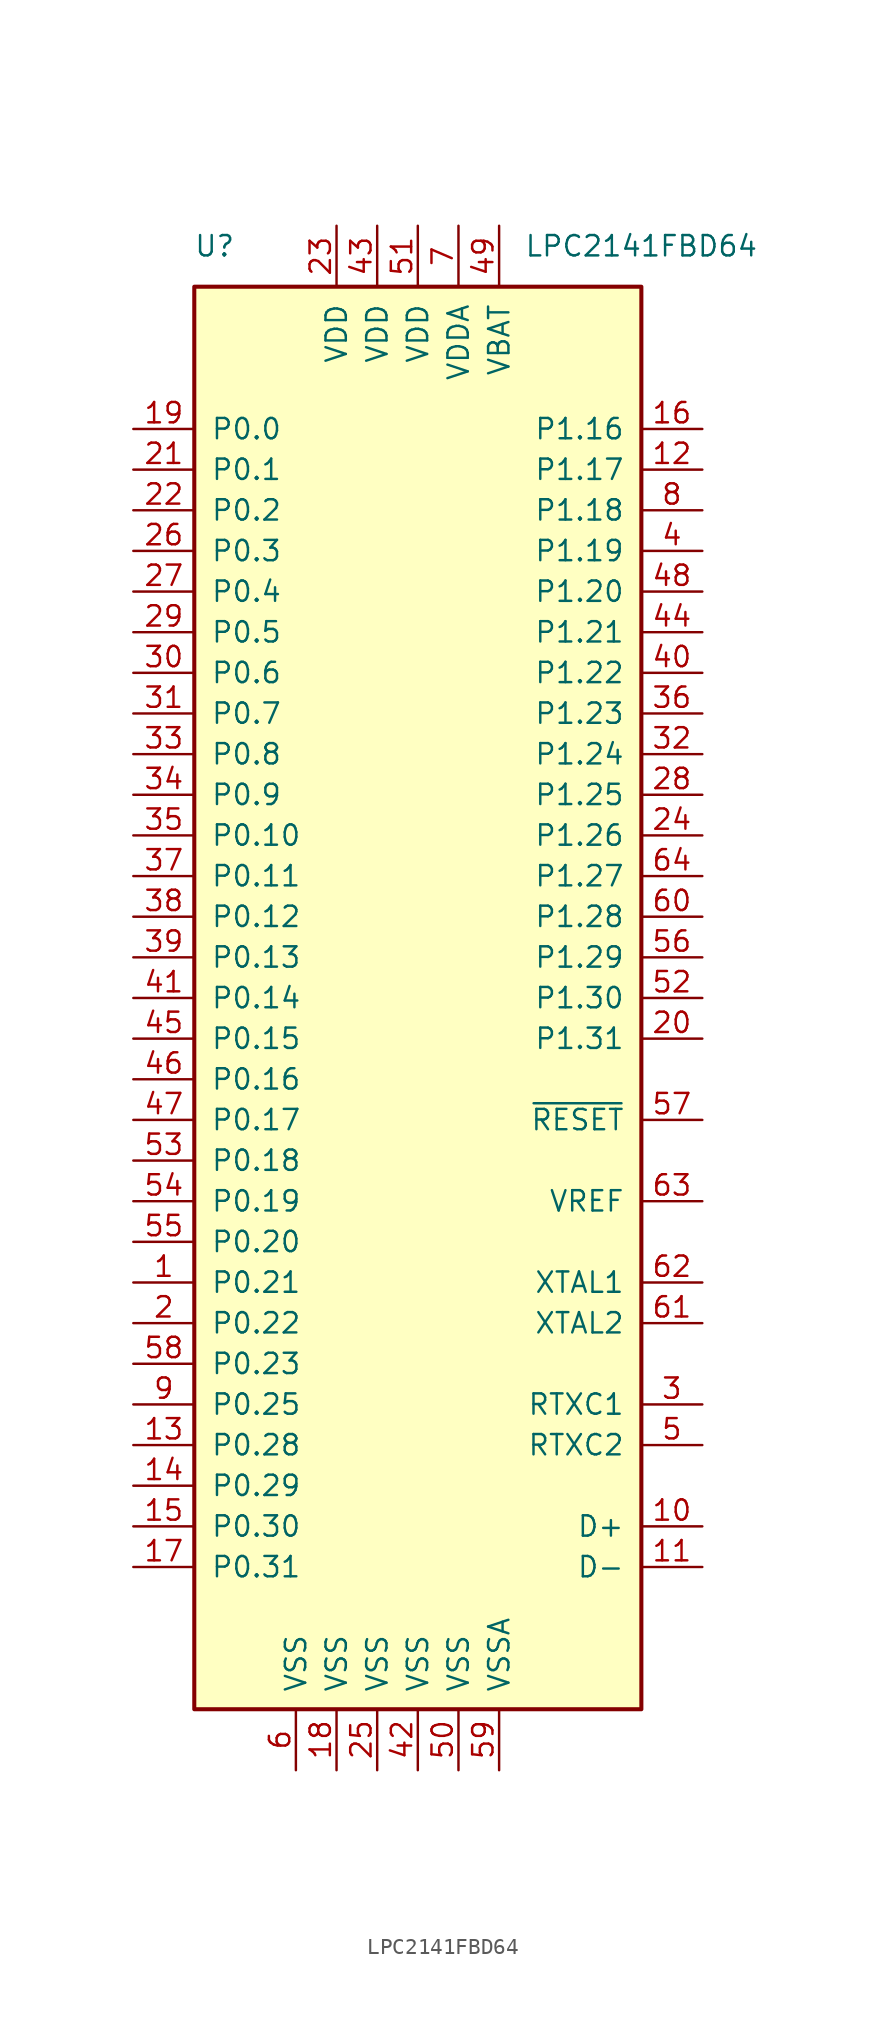
<source format=kicad_sym>
(kicad_symbol_lib
  (version 20201005)
  (generator kicad_symbol_editor)
  (symbol "LPC2141FBD64"
    (pin_names
      (offset 1.016))
    (property "Reference" "U"
      (at -12.7 46.99 0)
      (effects (font (size 1.27 1.27))))
    (property "Value" "LPC2141FBD64"
      (at 13.97 46.99 0)
      (effects (font (size 1.27 1.27))))
    (symbol "LPC2141FBD64_0_1"
      (rectangle (start 13.97 44.45) (end -13.97 -44.45) (stroke (width 0.254)) (fill (type background))))
    (symbol "LPC2141FBD64_1_1"
      (pin bidirectional line (at -17.78 -17.78 0) (length 3.81) (name "P0.21" (effects (font (size 1.27 1.27)))) (number "1" (effects (font (size 1.27 1.27)))))
      (pin bidirectional line (at 17.78 -33.02 180) (length 3.81) (name "D+" (effects (font (size 1.27 1.27)))) (number "10" (effects (font (size 1.27 1.27)))))
      (pin bidirectional line (at 17.78 -35.56 180) (length 3.81) (name "D-" (effects (font (size 1.27 1.27)))) (number "11" (effects (font (size 1.27 1.27)))))
      (pin bidirectional line (at 17.78 33.02 180) (length 3.81) (name "P1.17" (effects (font (size 1.27 1.27)))) (number "12" (effects (font (size 1.27 1.27)))))
      (pin bidirectional line (at -17.78 -27.94 0) (length 3.81) (name "P0.28" (effects (font (size 1.27 1.27)))) (number "13" (effects (font (size 1.27 1.27)))))
      (pin bidirectional line (at -17.78 -30.48 0) (length 3.81) (name "P0.29" (effects (font (size 1.27 1.27)))) (number "14" (effects (font (size 1.27 1.27)))))
      (pin bidirectional line (at -17.78 -33.02 0) (length 3.81) (name "P0.30" (effects (font (size 1.27 1.27)))) (number "15" (effects (font (size 1.27 1.27)))))
      (pin bidirectional line (at 17.78 35.56 180) (length 3.81) (name "P1.16" (effects (font (size 1.27 1.27)))) (number "16" (effects (font (size 1.27 1.27)))))
      (pin output line (at -17.78 -35.56 0) (length 3.81) (name "P0.31" (effects (font (size 1.27 1.27)))) (number "17" (effects (font (size 1.27 1.27)))))
      (pin power_in line (at -5.08 -48.26 90) (length 3.81) (name "VSS" (effects (font (size 1.27 1.27)))) (number "18" (effects (font (size 1.27 1.27)))))
      (pin bidirectional line (at -17.78 35.56 0) (length 3.81) (name "P0.0" (effects (font (size 1.27 1.27)))) (number "19" (effects (font (size 1.27 1.27)))))
      (pin bidirectional line (at -17.78 -20.32 0) (length 3.81) (name "P0.22" (effects (font (size 1.27 1.27)))) (number "2" (effects (font (size 1.27 1.27)))))
      (pin bidirectional line (at 17.78 -2.54 180) (length 3.81) (name "P1.31" (effects (font (size 1.27 1.27)))) (number "20" (effects (font (size 1.27 1.27)))))
      (pin bidirectional line (at -17.78 33.02 0) (length 3.81) (name "P0.1" (effects (font (size 1.27 1.27)))) (number "21" (effects (font (size 1.27 1.27)))))
      (pin bidirectional line (at -17.78 30.48 0) (length 3.81) (name "P0.2" (effects (font (size 1.27 1.27)))) (number "22" (effects (font (size 1.27 1.27)))))
      (pin power_in line (at -5.08 48.26 270) (length 3.81) (name "VDD" (effects (font (size 1.27 1.27)))) (number "23" (effects (font (size 1.27 1.27)))))
      (pin bidirectional line (at 17.78 10.16 180) (length 3.81) (name "P1.26" (effects (font (size 1.27 1.27)))) (number "24" (effects (font (size 1.27 1.27)))))
      (pin power_in line (at -2.54 -48.26 90) (length 3.81) (name "VSS" (effects (font (size 1.27 1.27)))) (number "25" (effects (font (size 1.27 1.27)))))
      (pin bidirectional line (at -17.78 27.94 0) (length 3.81) (name "P0.3" (effects (font (size 1.27 1.27)))) (number "26" (effects (font (size 1.27 1.27)))))
      (pin bidirectional line (at -17.78 25.4 0) (length 3.81) (name "P0.4" (effects (font (size 1.27 1.27)))) (number "27" (effects (font (size 1.27 1.27)))))
      (pin bidirectional line (at 17.78 12.7 180) (length 3.81) (name "P1.25" (effects (font (size 1.27 1.27)))) (number "28" (effects (font (size 1.27 1.27)))))
      (pin bidirectional line (at -17.78 22.86 0) (length 3.81) (name "P0.5" (effects (font (size 1.27 1.27)))) (number "29" (effects (font (size 1.27 1.27)))))
      (pin input line (at 17.78 -25.4 180) (length 3.81) (name "RTXC1" (effects (font (size 1.27 1.27)))) (number "3" (effects (font (size 1.27 1.27)))))
      (pin bidirectional line (at -17.78 20.32 0) (length 3.81) (name "P0.6" (effects (font (size 1.27 1.27)))) (number "30" (effects (font (size 1.27 1.27)))))
      (pin bidirectional line (at -17.78 17.78 0) (length 3.81) (name "P0.7" (effects (font (size 1.27 1.27)))) (number "31" (effects (font (size 1.27 1.27)))))
      (pin bidirectional line (at 17.78 15.24 180) (length 3.81) (name "P1.24" (effects (font (size 1.27 1.27)))) (number "32" (effects (font (size 1.27 1.27)))))
      (pin bidirectional line (at -17.78 15.24 0) (length 3.81) (name "P0.8" (effects (font (size 1.27 1.27)))) (number "33" (effects (font (size 1.27 1.27)))))
      (pin bidirectional line (at -17.78 12.7 0) (length 3.81) (name "P0.9" (effects (font (size 1.27 1.27)))) (number "34" (effects (font (size 1.27 1.27)))))
      (pin bidirectional line (at -17.78 10.16 0) (length 3.81) (name "P0.10" (effects (font (size 1.27 1.27)))) (number "35" (effects (font (size 1.27 1.27)))))
      (pin bidirectional line (at 17.78 17.78 180) (length 3.81) (name "P1.23" (effects (font (size 1.27 1.27)))) (number "36" (effects (font (size 1.27 1.27)))))
      (pin bidirectional line (at -17.78 7.62 0) (length 3.81) (name "P0.11" (effects (font (size 1.27 1.27)))) (number "37" (effects (font (size 1.27 1.27)))))
      (pin bidirectional line (at -17.78 5.08 0) (length 3.81) (name "P0.12" (effects (font (size 1.27 1.27)))) (number "38" (effects (font (size 1.27 1.27)))))
      (pin bidirectional line (at -17.78 2.54 0) (length 3.81) (name "P0.13" (effects (font (size 1.27 1.27)))) (number "39" (effects (font (size 1.27 1.27)))))
      (pin bidirectional line (at 17.78 27.94 180) (length 3.81) (name "P1.19" (effects (font (size 1.27 1.27)))) (number "4" (effects (font (size 1.27 1.27)))))
      (pin bidirectional line (at 17.78 20.32 180) (length 3.81) (name "P1.22" (effects (font (size 1.27 1.27)))) (number "40" (effects (font (size 1.27 1.27)))))
      (pin bidirectional line (at -17.78 0 0) (length 3.81) (name "P0.14" (effects (font (size 1.27 1.27)))) (number "41" (effects (font (size 1.27 1.27)))))
      (pin power_in line (at 0 -48.26 90) (length 3.81) (name "VSS" (effects (font (size 1.27 1.27)))) (number "42" (effects (font (size 1.27 1.27)))))
      (pin power_in line (at -2.54 48.26 270) (length 3.81) (name "VDD" (effects (font (size 1.27 1.27)))) (number "43" (effects (font (size 1.27 1.27)))))
      (pin bidirectional line (at 17.78 22.86 180) (length 3.81) (name "P1.21" (effects (font (size 1.27 1.27)))) (number "44" (effects (font (size 1.27 1.27)))))
      (pin bidirectional line (at -17.78 -2.54 0) (length 3.81) (name "P0.15" (effects (font (size 1.27 1.27)))) (number "45" (effects (font (size 1.27 1.27)))))
      (pin bidirectional line (at -17.78 -5.08 0) (length 3.81) (name "P0.16" (effects (font (size 1.27 1.27)))) (number "46" (effects (font (size 1.27 1.27)))))
      (pin bidirectional line (at -17.78 -7.62 0) (length 3.81) (name "P0.17" (effects (font (size 1.27 1.27)))) (number "47" (effects (font (size 1.27 1.27)))))
      (pin bidirectional line (at 17.78 25.4 180) (length 3.81) (name "P1.20" (effects (font (size 1.27 1.27)))) (number "48" (effects (font (size 1.27 1.27)))))
      (pin power_in line (at 5.08 48.26 270) (length 3.81) (name "VBAT" (effects (font (size 1.27 1.27)))) (number "49" (effects (font (size 1.27 1.27)))))
      (pin output line (at 17.78 -27.94 180) (length 3.81) (name "RTXC2" (effects (font (size 1.27 1.27)))) (number "5" (effects (font (size 1.27 1.27)))))
      (pin power_in line (at 2.54 -48.26 90) (length 3.81) (name "VSS" (effects (font (size 1.27 1.27)))) (number "50" (effects (font (size 1.27 1.27)))))
      (pin power_in line (at 0 48.26 270) (length 3.81) (name "VDD" (effects (font (size 1.27 1.27)))) (number "51" (effects (font (size 1.27 1.27)))))
      (pin bidirectional line (at 17.78 0 180) (length 3.81) (name "P1.30" (effects (font (size 1.27 1.27)))) (number "52" (effects (font (size 1.27 1.27)))))
      (pin bidirectional line (at -17.78 -10.16 0) (length 3.81) (name "P0.18" (effects (font (size 1.27 1.27)))) (number "53" (effects (font (size 1.27 1.27)))))
      (pin bidirectional line (at -17.78 -12.7 0) (length 3.81) (name "P0.19" (effects (font (size 1.27 1.27)))) (number "54" (effects (font (size 1.27 1.27)))))
      (pin bidirectional line (at -17.78 -15.24 0) (length 3.81) (name "P0.20" (effects (font (size 1.27 1.27)))) (number "55" (effects (font (size 1.27 1.27)))))
      (pin bidirectional line (at 17.78 2.54 180) (length 3.81) (name "P1.29" (effects (font (size 1.27 1.27)))) (number "56" (effects (font (size 1.27 1.27)))))
      (pin input line (at 17.78 -7.62 180) (length 3.81) (name "~RESET" (effects (font (size 1.27 1.27)))) (number "57" (effects (font (size 1.27 1.27)))))
      (pin bidirectional line (at -17.78 -22.86 0) (length 3.81) (name "P0.23" (effects (font (size 1.27 1.27)))) (number "58" (effects (font (size 1.27 1.27)))))
      (pin power_in line (at 5.08 -48.26 90) (length 3.81) (name "VSSA" (effects (font (size 1.27 1.27)))) (number "59" (effects (font (size 1.27 1.27)))))
      (pin power_in line (at -7.62 -48.26 90) (length 3.81) (name "VSS" (effects (font (size 1.27 1.27)))) (number "6" (effects (font (size 1.27 1.27)))))
      (pin bidirectional line (at 17.78 5.08 180) (length 3.81) (name "P1.28" (effects (font (size 1.27 1.27)))) (number "60" (effects (font (size 1.27 1.27)))))
      (pin output line (at 17.78 -20.32 180) (length 3.81) (name "XTAL2" (effects (font (size 1.27 1.27)))) (number "61" (effects (font (size 1.27 1.27)))))
      (pin input line (at 17.78 -17.78 180) (length 3.81) (name "XTAL1" (effects (font (size 1.27 1.27)))) (number "62" (effects (font (size 1.27 1.27)))))
      (pin input line (at 17.78 -12.7 180) (length 3.81) (name "VREF" (effects (font (size 1.27 1.27)))) (number "63" (effects (font (size 1.27 1.27)))))
      (pin bidirectional line (at 17.78 7.62 180) (length 3.81) (name "P1.27" (effects (font (size 1.27 1.27)))) (number "64" (effects (font (size 1.27 1.27)))))
      (pin power_in line (at 2.54 48.26 270) (length 3.81) (name "VDDA" (effects (font (size 1.27 1.27)))) (number "7" (effects (font (size 1.27 1.27)))))
      (pin bidirectional line (at 17.78 30.48 180) (length 3.81) (name "P1.18" (effects (font (size 1.27 1.27)))) (number "8" (effects (font (size 1.27 1.27)))))
      (pin bidirectional line (at -17.78 -25.4 0) (length 3.81) (name "P0.25" (effects (font (size 1.27 1.27)))) (number "9" (effects (font (size 1.27 1.27))))))))
</source>
